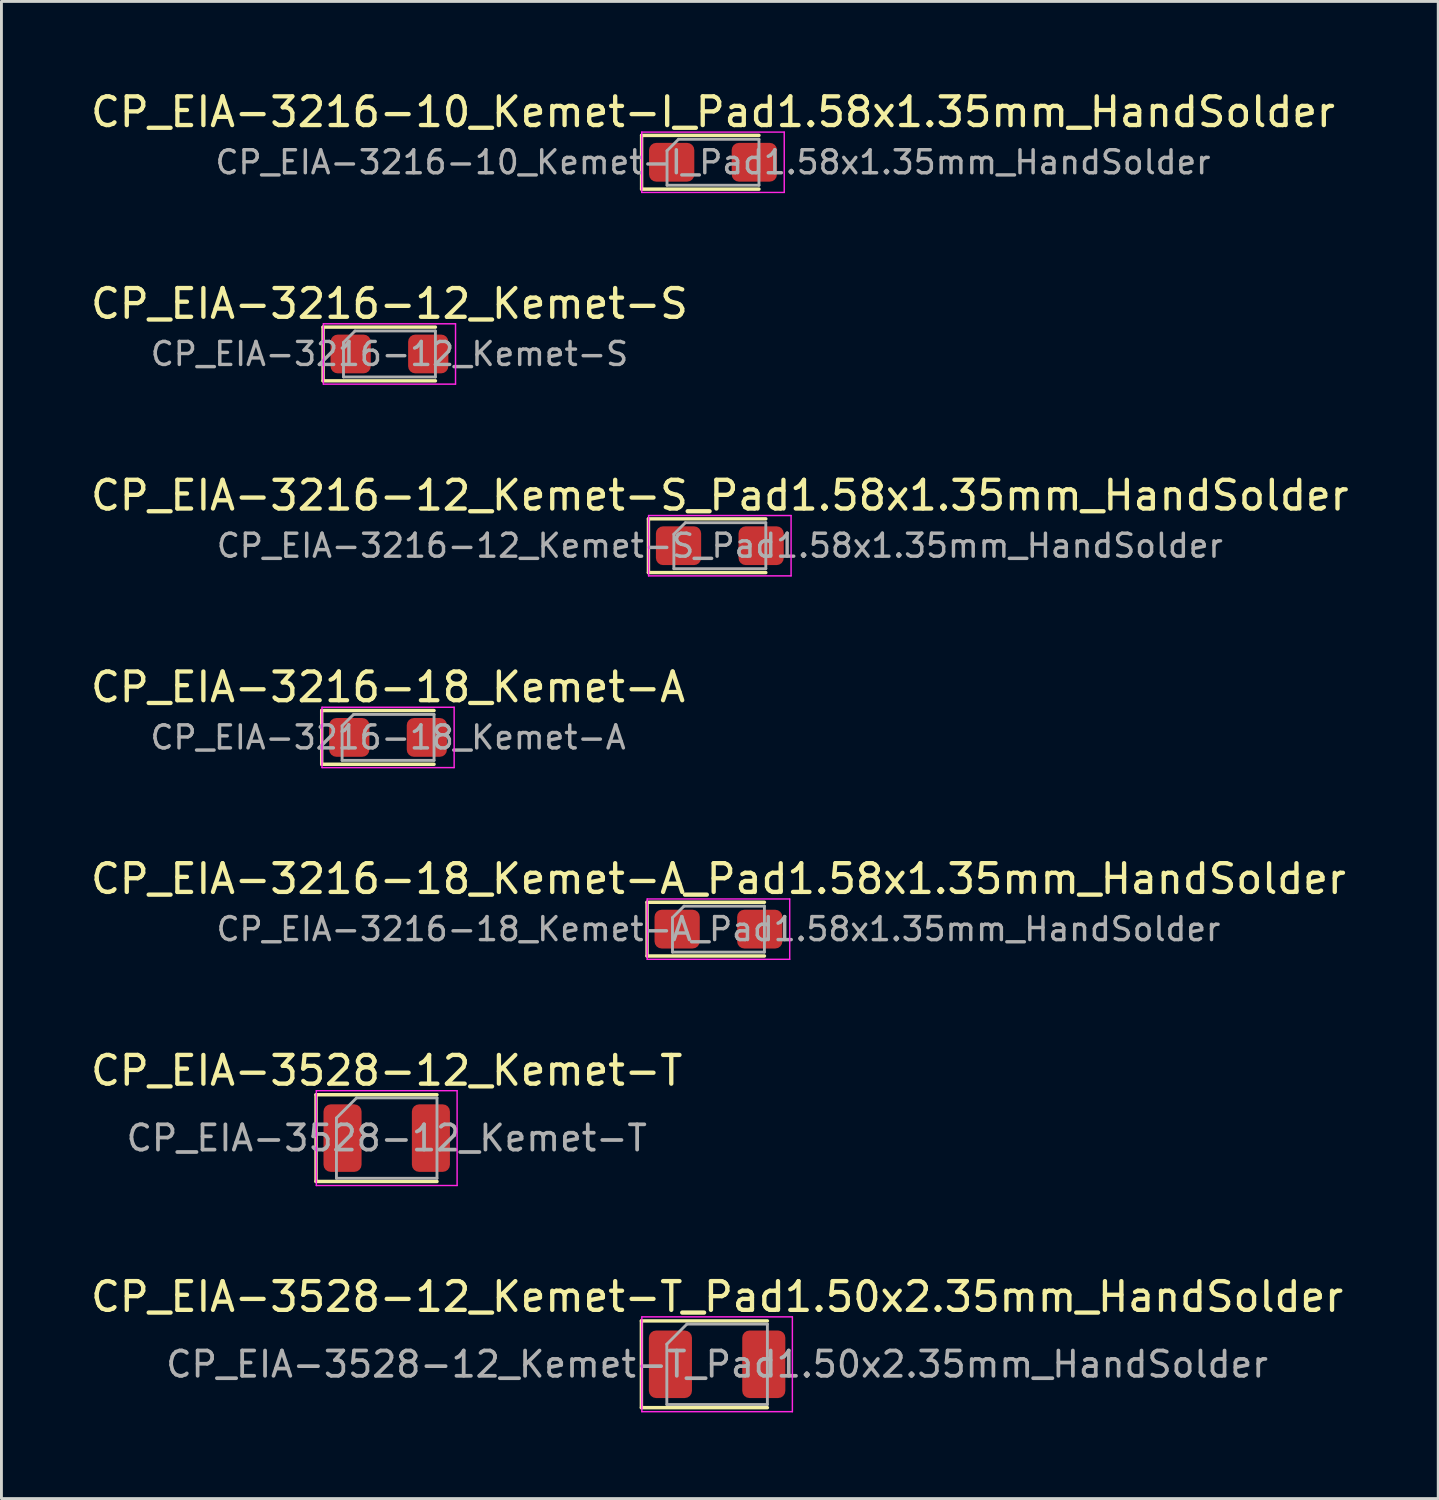
<source format=kicad_pcb>
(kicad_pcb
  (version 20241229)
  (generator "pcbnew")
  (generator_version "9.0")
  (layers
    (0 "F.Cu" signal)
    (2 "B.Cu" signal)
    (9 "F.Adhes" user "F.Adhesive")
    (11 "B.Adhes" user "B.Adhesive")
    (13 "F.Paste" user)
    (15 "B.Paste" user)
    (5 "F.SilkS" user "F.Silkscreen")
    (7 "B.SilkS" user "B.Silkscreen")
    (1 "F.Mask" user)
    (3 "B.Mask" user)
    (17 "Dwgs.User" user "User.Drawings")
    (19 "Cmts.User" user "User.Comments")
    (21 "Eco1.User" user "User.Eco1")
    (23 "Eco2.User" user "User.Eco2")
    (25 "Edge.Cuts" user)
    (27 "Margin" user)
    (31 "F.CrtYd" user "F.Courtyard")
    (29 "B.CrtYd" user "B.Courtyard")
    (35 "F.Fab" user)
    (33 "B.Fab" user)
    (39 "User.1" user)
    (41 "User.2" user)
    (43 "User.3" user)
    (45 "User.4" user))
  (footprint "CP_EIA-3216-18_Kemet-A"
    (layer "F.Cu")
    (at 10.458 22.618)
    (property "Reference" "CP_EIA-3216-18_Kemet-A" (at 0 -1.75 0) (layer "F.SilkS") (effects (font (size 1 1) (thickness 0.15))))
    (attr smd)
    (fp_line (start -2.31 -0.935) (end -2.31 0.935) (stroke (width 0.12) (type solid)) (layer "F.SilkS"))
    (fp_line (start -2.31 0.935) (end 1.6 0.935) (stroke (width 0.12) (type solid)) (layer "F.SilkS"))
    (fp_line (start 1.6 -0.935) (end -2.31 -0.935) (stroke (width 0.12) (type solid)) (layer "F.SilkS"))
    (fp_line (start -2.3 -1.05) (end 2.3 -1.05) (stroke (width 0.05) (type solid)) (layer "F.CrtYd"))
    (fp_line (start -2.3 1.05) (end -2.3 -1.05) (stroke (width 0.05) (type solid)) (layer "F.CrtYd"))
    (fp_line (start 2.3 -1.05) (end 2.3 1.05) (stroke (width 0.05) (type solid)) (layer "F.CrtYd"))
    (fp_line (start 2.3 1.05) (end -2.3 1.05) (stroke (width 0.05) (type solid)) (layer "F.CrtYd"))
    (fp_line (start -1.6 -0.4) (end -1.6 0.8) (stroke (width 0.1) (type solid)) (layer "F.Fab"))
    (fp_line (start -1.6 0.8) (end 1.6 0.8) (stroke (width 0.1) (type solid)) (layer "F.Fab"))
    (fp_line (start -1.2 -0.8) (end -1.6 -0.4) (stroke (width 0.1) (type solid)) (layer "F.Fab"))
    (fp_line (start 1.6 -0.8) (end -1.2 -0.8) (stroke (width 0.1) (type solid)) (layer "F.Fab"))
    (fp_line (start 1.6 0.8) (end 1.6 -0.8) (stroke (width 0.1) (type solid)) (layer "F.Fab"))
    (fp_text user "${REFERENCE}" (at 0 0 0) (layer "F.Fab") (effects (font (size 0.8 0.8) (thickness 0.12))))
    (pad "1" smd roundrect (at -1.35 0) (size 1.4 1.35) (layers "F.Cu" "F.Mask" "F.Paste") (roundrect_rratio 0.185))
    (pad "2" smd roundrect (at 1.35 0) (size 1.4 1.35) (layers "F.Cu" "F.Mask" "F.Paste") (roundrect_rratio 0.185)))
  (footprint "CP_EIA-3528-12_Kemet-T_Pad1.50x2.35mm_HandSolder"
    (layer "F.Cu")
    (at 21.911 44.438)
    (property "Reference" "CP_EIA-3528-12_Kemet-T_Pad1.50x2.35mm_HandSolder" (at 0 -2.35 0) (layer "F.SilkS") (effects (font (size 1 1) (thickness 0.15))))
    (attr smd)
    (fp_line (start -2.635 -1.51) (end -2.635 1.51) (stroke (width 0.12) (type solid)) (layer "F.SilkS"))
    (fp_line (start -2.635 1.51) (end 1.75 1.51) (stroke (width 0.12) (type solid)) (layer "F.SilkS"))
    (fp_line (start 1.75 -1.51) (end -2.635 -1.51) (stroke (width 0.12) (type solid)) (layer "F.SilkS"))
    (fp_line (start -2.62 -1.65) (end 2.62 -1.65) (stroke (width 0.05) (type solid)) (layer "F.CrtYd"))
    (fp_line (start -2.62 1.65) (end -2.62 -1.65) (stroke (width 0.05) (type solid)) (layer "F.CrtYd"))
    (fp_line (start 2.62 -1.65) (end 2.62 1.65) (stroke (width 0.05) (type solid)) (layer "F.CrtYd"))
    (fp_line (start 2.62 1.65) (end -2.62 1.65) (stroke (width 0.05) (type solid)) (layer "F.CrtYd"))
    (fp_line (start -1.75 -0.7) (end -1.75 1.4) (stroke (width 0.1) (type solid)) (layer "F.Fab"))
    (fp_line (start -1.75 1.4) (end 1.75 1.4) (stroke (width 0.1) (type solid)) (layer "F.Fab"))
    (fp_line (start -1.05 -1.4) (end -1.75 -0.7) (stroke (width 0.1) (type solid)) (layer "F.Fab"))
    (fp_line (start 1.75 -1.4) (end -1.05 -1.4) (stroke (width 0.1) (type solid)) (layer "F.Fab"))
    (fp_line (start 1.75 1.4) (end 1.75 -1.4) (stroke (width 0.1) (type solid)) (layer "F.Fab"))
    (fp_text user "${REFERENCE}" (at 0 0 0) (layer "F.Fab") (effects (font (size 0.88 0.88) (thickness 0.13))))
    (pad "1" smd roundrect (at -1.625 0) (size 1.5 2.35) (layers "F.Cu" "F.Mask" "F.Paste") (roundrect_rratio 0.167))
    (pad "2" smd roundrect (at 1.625 0) (size 1.5 2.35) (layers "F.Cu" "F.Mask" "F.Paste") (roundrect_rratio 0.167)))
  (footprint "CP_EIA-3216-12_Kemet-S_Pad1.58x1.35mm_HandSolder"
    (layer "F.Cu")
    (at 22.006 15.945)
    (property "Reference" "CP_EIA-3216-12_Kemet-S_Pad1.58x1.35mm_HandSolder" (at 0 -1.75 0) (layer "F.SilkS") (effects (font (size 1 1) (thickness 0.15))))
    (attr smd)
    (fp_line (start -2.485 -0.935) (end -2.485 0.935) (stroke (width 0.12) (type solid)) (layer "F.SilkS"))
    (fp_line (start -2.485 0.935) (end 1.6 0.935) (stroke (width 0.12) (type solid)) (layer "F.SilkS"))
    (fp_line (start 1.6 -0.935) (end -2.485 -0.935) (stroke (width 0.12) (type solid)) (layer "F.SilkS"))
    (fp_line (start -2.48 -1.05) (end 2.48 -1.05) (stroke (width 0.05) (type solid)) (layer "F.CrtYd"))
    (fp_line (start -2.48 1.05) (end -2.48 -1.05) (stroke (width 0.05) (type solid)) (layer "F.CrtYd"))
    (fp_line (start 2.48 -1.05) (end 2.48 1.05) (stroke (width 0.05) (type solid)) (layer "F.CrtYd"))
    (fp_line (start 2.48 1.05) (end -2.48 1.05) (stroke (width 0.05) (type solid)) (layer "F.CrtYd"))
    (fp_line (start -1.6 -0.4) (end -1.6 0.8) (stroke (width 0.1) (type solid)) (layer "F.Fab"))
    (fp_line (start -1.6 0.8) (end 1.6 0.8) (stroke (width 0.1) (type solid)) (layer "F.Fab"))
    (fp_line (start -1.2 -0.8) (end -1.6 -0.4) (stroke (width 0.1) (type solid)) (layer "F.Fab"))
    (fp_line (start 1.6 -0.8) (end -1.2 -0.8) (stroke (width 0.1) (type solid)) (layer "F.Fab"))
    (fp_line (start 1.6 0.8) (end 1.6 -0.8) (stroke (width 0.1) (type solid)) (layer "F.Fab"))
    (fp_text user "${REFERENCE}" (at 0 0 0) (layer "F.Fab") (effects (font (size 0.8 0.8) (thickness 0.12))))
    (pad "1" smd roundrect (at -1.438 0) (size 1.575 1.35) (layers "F.Cu" "F.Mask" "F.Paste") (roundrect_rratio 0.185))
    (pad "2" smd roundrect (at 1.438 0) (size 1.575 1.35) (layers "F.Cu" "F.Mask" "F.Paste") (roundrect_rratio 0.185)))
  (footprint "CP_EIA-3528-12_Kemet-T"
    (layer "F.Cu")
    (at 10.411 36.565)
    (property "Reference" "CP_EIA-3528-12_Kemet-T" (at 0 -2.35 0) (layer "F.SilkS") (effects (font (size 1 1) (thickness 0.15))))
    (attr smd)
    (fp_line (start -2.46 -1.51) (end -2.46 1.51) (stroke (width 0.12) (type solid)) (layer "F.SilkS"))
    (fp_line (start -2.46 1.51) (end 1.75 1.51) (stroke (width 0.12) (type solid)) (layer "F.SilkS"))
    (fp_line (start 1.75 -1.51) (end -2.46 -1.51) (stroke (width 0.12) (type solid)) (layer "F.SilkS"))
    (fp_line (start -2.45 -1.65) (end 2.45 -1.65) (stroke (width 0.05) (type solid)) (layer "F.CrtYd"))
    (fp_line (start -2.45 1.65) (end -2.45 -1.65) (stroke (width 0.05) (type solid)) (layer "F.CrtYd"))
    (fp_line (start 2.45 -1.65) (end 2.45 1.65) (stroke (width 0.05) (type solid)) (layer "F.CrtYd"))
    (fp_line (start 2.45 1.65) (end -2.45 1.65) (stroke (width 0.05) (type solid)) (layer "F.CrtYd"))
    (fp_line (start -1.75 -0.7) (end -1.75 1.4) (stroke (width 0.1) (type solid)) (layer "F.Fab"))
    (fp_line (start -1.75 1.4) (end 1.75 1.4) (stroke (width 0.1) (type solid)) (layer "F.Fab"))
    (fp_line (start -1.05 -1.4) (end -1.75 -0.7) (stroke (width 0.1) (type solid)) (layer "F.Fab"))
    (fp_line (start 1.75 -1.4) (end -1.05 -1.4) (stroke (width 0.1) (type solid)) (layer "F.Fab"))
    (fp_line (start 1.75 1.4) (end 1.75 -1.4) (stroke (width 0.1) (type solid)) (layer "F.Fab"))
    (fp_text user "${REFERENCE}" (at 0 0 0) (layer "F.Fab") (effects (font (size 0.88 0.88) (thickness 0.13))))
    (pad "1" smd roundrect (at -1.538 0) (size 1.325 2.35) (layers "F.Cu" "F.Mask" "F.Paste") (roundrect_rratio 0.189))
    (pad "2" smd roundrect (at 1.538 0) (size 1.325 2.35) (layers "F.Cu" "F.Mask" "F.Paste") (roundrect_rratio 0.189)))
  (footprint "CP_EIA-3216-12_Kemet-S"
    (layer "F.Cu")
    (at 10.506 9.271)
    (property "Reference" "CP_EIA-3216-12_Kemet-S" (at 0 -1.75 0) (layer "F.SilkS") (effects (font (size 1 1) (thickness 0.15))))
    (attr smd)
    (fp_line (start -2.31 -0.935) (end -2.31 0.935) (stroke (width 0.12) (type solid)) (layer "F.SilkS"))
    (fp_line (start -2.31 0.935) (end 1.6 0.935) (stroke (width 0.12) (type solid)) (layer "F.SilkS"))
    (fp_line (start 1.6 -0.935) (end -2.31 -0.935) (stroke (width 0.12) (type solid)) (layer "F.SilkS"))
    (fp_line (start -2.3 -1.05) (end 2.3 -1.05) (stroke (width 0.05) (type solid)) (layer "F.CrtYd"))
    (fp_line (start -2.3 1.05) (end -2.3 -1.05) (stroke (width 0.05) (type solid)) (layer "F.CrtYd"))
    (fp_line (start 2.3 -1.05) (end 2.3 1.05) (stroke (width 0.05) (type solid)) (layer "F.CrtYd"))
    (fp_line (start 2.3 1.05) (end -2.3 1.05) (stroke (width 0.05) (type solid)) (layer "F.CrtYd"))
    (fp_line (start -1.6 -0.4) (end -1.6 0.8) (stroke (width 0.1) (type solid)) (layer "F.Fab"))
    (fp_line (start -1.6 0.8) (end 1.6 0.8) (stroke (width 0.1) (type solid)) (layer "F.Fab"))
    (fp_line (start -1.2 -0.8) (end -1.6 -0.4) (stroke (width 0.1) (type solid)) (layer "F.Fab"))
    (fp_line (start 1.6 -0.8) (end -1.2 -0.8) (stroke (width 0.1) (type solid)) (layer "F.Fab"))
    (fp_line (start 1.6 0.8) (end 1.6 -0.8) (stroke (width 0.1) (type solid)) (layer "F.Fab"))
    (fp_text user "${REFERENCE}" (at 0 0 0) (layer "F.Fab") (effects (font (size 0.8 0.8) (thickness 0.12))))
    (pad "1" smd roundrect (at -1.35 0) (size 1.4 1.35) (layers "F.Cu" "F.Mask" "F.Paste") (roundrect_rratio 0.185))
    (pad "2" smd roundrect (at 1.35 0) (size 1.4 1.35) (layers "F.Cu" "F.Mask" "F.Paste") (roundrect_rratio 0.185)))
  (footprint "CP_EIA-3216-10_Kemet-I_Pad1.58x1.35mm_HandSolder"
    (layer "F.Cu")
    (at 21.768 2.598)
    (property "Reference" "CP_EIA-3216-10_Kemet-I_Pad1.58x1.35mm_HandSolder" (at 0 -1.75 0) (layer "F.SilkS") (effects (font (size 1 1) (thickness 0.15))))
    (attr smd)
    (fp_line (start -2.485 -0.935) (end -2.485 0.935) (stroke (width 0.12) (type solid)) (layer "F.SilkS"))
    (fp_line (start -2.485 0.935) (end 1.6 0.935) (stroke (width 0.12) (type solid)) (layer "F.SilkS"))
    (fp_line (start 1.6 -0.935) (end -2.485 -0.935) (stroke (width 0.12) (type solid)) (layer "F.SilkS"))
    (fp_line (start -2.48 -1.05) (end 2.48 -1.05) (stroke (width 0.05) (type solid)) (layer "F.CrtYd"))
    (fp_line (start -2.48 1.05) (end -2.48 -1.05) (stroke (width 0.05) (type solid)) (layer "F.CrtYd"))
    (fp_line (start 2.48 -1.05) (end 2.48 1.05) (stroke (width 0.05) (type solid)) (layer "F.CrtYd"))
    (fp_line (start 2.48 1.05) (end -2.48 1.05) (stroke (width 0.05) (type solid)) (layer "F.CrtYd"))
    (fp_line (start -1.6 -0.4) (end -1.6 0.8) (stroke (width 0.1) (type solid)) (layer "F.Fab"))
    (fp_line (start -1.6 0.8) (end 1.6 0.8) (stroke (width 0.1) (type solid)) (layer "F.Fab"))
    (fp_line (start -1.2 -0.8) (end -1.6 -0.4) (stroke (width 0.1) (type solid)) (layer "F.Fab"))
    (fp_line (start 1.6 -0.8) (end -1.2 -0.8) (stroke (width 0.1) (type solid)) (layer "F.Fab"))
    (fp_line (start 1.6 0.8) (end 1.6 -0.8) (stroke (width 0.1) (type solid)) (layer "F.Fab"))
    (fp_text user "${REFERENCE}" (at 0 0 0) (layer "F.Fab") (effects (font (size 0.8 0.8) (thickness 0.12))))
    (pad "1" smd roundrect (at -1.438 0) (size 1.575 1.35) (layers "F.Cu" "F.Mask" "F.Paste") (roundrect_rratio 0.185))
    (pad "2" smd roundrect (at 1.438 0) (size 1.575 1.35) (layers "F.Cu" "F.Mask" "F.Paste") (roundrect_rratio 0.185)))
  (footprint "CP_EIA-3216-18_Kemet-A_Pad1.58x1.35mm_HandSolder"
    (layer "F.Cu")
    (at 21.958 29.291)
    (property "Reference" "CP_EIA-3216-18_Kemet-A_Pad1.58x1.35mm_HandSolder" (at 0 -1.75 0) (layer "F.SilkS") (effects (font (size 1 1) (thickness 0.15))))
    (attr smd)
    (fp_line (start -2.485 -0.935) (end -2.485 0.935) (stroke (width 0.12) (type solid)) (layer "F.SilkS"))
    (fp_line (start -2.485 0.935) (end 1.6 0.935) (stroke (width 0.12) (type solid)) (layer "F.SilkS"))
    (fp_line (start 1.6 -0.935) (end -2.485 -0.935) (stroke (width 0.12) (type solid)) (layer "F.SilkS"))
    (fp_line (start -2.48 -1.05) (end 2.48 -1.05) (stroke (width 0.05) (type solid)) (layer "F.CrtYd"))
    (fp_line (start -2.48 1.05) (end -2.48 -1.05) (stroke (width 0.05) (type solid)) (layer "F.CrtYd"))
    (fp_line (start 2.48 -1.05) (end 2.48 1.05) (stroke (width 0.05) (type solid)) (layer "F.CrtYd"))
    (fp_line (start 2.48 1.05) (end -2.48 1.05) (stroke (width 0.05) (type solid)) (layer "F.CrtYd"))
    (fp_line (start -1.6 -0.4) (end -1.6 0.8) (stroke (width 0.1) (type solid)) (layer "F.Fab"))
    (fp_line (start -1.6 0.8) (end 1.6 0.8) (stroke (width 0.1) (type solid)) (layer "F.Fab"))
    (fp_line (start -1.2 -0.8) (end -1.6 -0.4) (stroke (width 0.1) (type solid)) (layer "F.Fab"))
    (fp_line (start 1.6 -0.8) (end -1.2 -0.8) (stroke (width 0.1) (type solid)) (layer "F.Fab"))
    (fp_line (start 1.6 0.8) (end 1.6 -0.8) (stroke (width 0.1) (type solid)) (layer "F.Fab"))
    (fp_text user "${REFERENCE}" (at 0 0 0) (layer "F.Fab") (effects (font (size 0.8 0.8) (thickness 0.12))))
    (pad "1" smd roundrect (at -1.438 0) (size 1.575 1.35) (layers "F.Cu" "F.Mask" "F.Paste") (roundrect_rratio 0.185))
    (pad "2" smd roundrect (at 1.438 0) (size 1.575 1.35) (layers "F.Cu" "F.Mask" "F.Paste") (roundrect_rratio 0.185)))
  (gr_rect
    (start -3 -3)
    (end 47.012 49.113)
    (stroke (width 0.1) (type default))
    (fill no)
    (layer "Edge.Cuts")))
</source>
